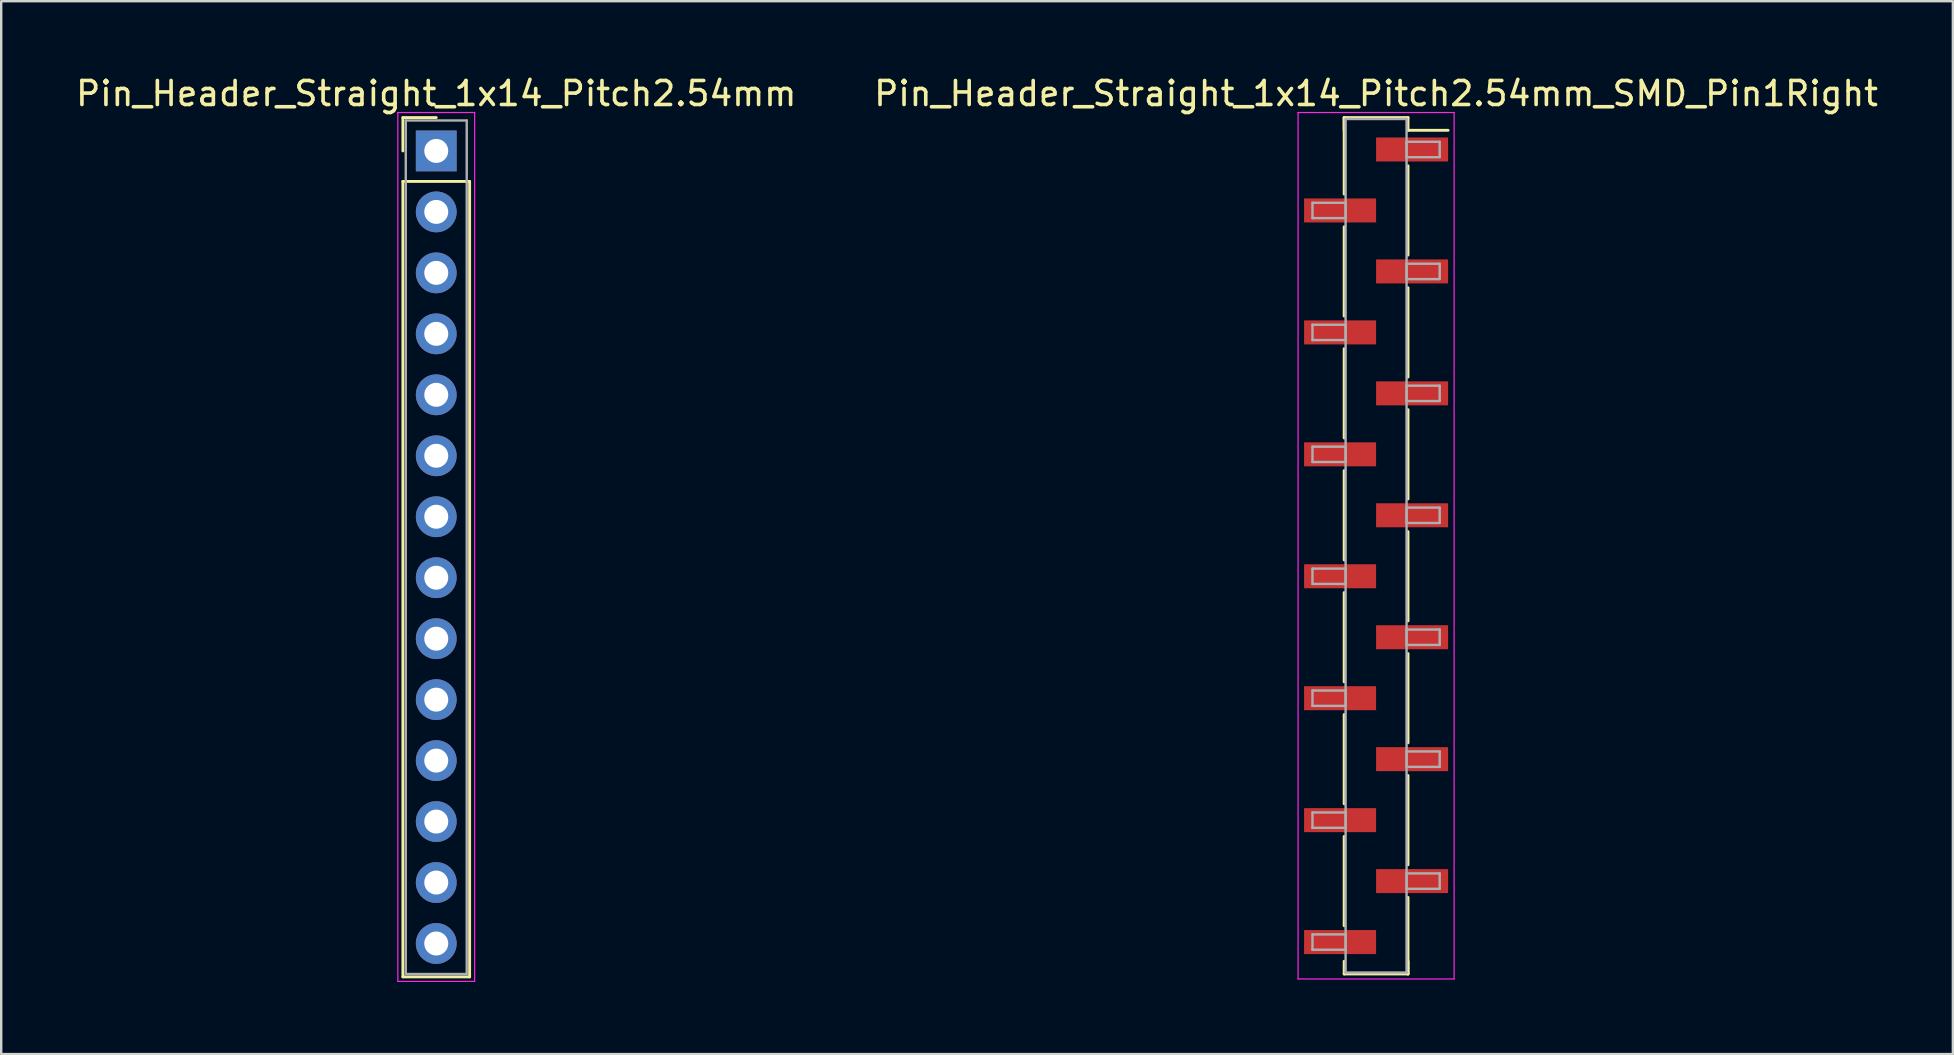
<source format=kicad_pcb>
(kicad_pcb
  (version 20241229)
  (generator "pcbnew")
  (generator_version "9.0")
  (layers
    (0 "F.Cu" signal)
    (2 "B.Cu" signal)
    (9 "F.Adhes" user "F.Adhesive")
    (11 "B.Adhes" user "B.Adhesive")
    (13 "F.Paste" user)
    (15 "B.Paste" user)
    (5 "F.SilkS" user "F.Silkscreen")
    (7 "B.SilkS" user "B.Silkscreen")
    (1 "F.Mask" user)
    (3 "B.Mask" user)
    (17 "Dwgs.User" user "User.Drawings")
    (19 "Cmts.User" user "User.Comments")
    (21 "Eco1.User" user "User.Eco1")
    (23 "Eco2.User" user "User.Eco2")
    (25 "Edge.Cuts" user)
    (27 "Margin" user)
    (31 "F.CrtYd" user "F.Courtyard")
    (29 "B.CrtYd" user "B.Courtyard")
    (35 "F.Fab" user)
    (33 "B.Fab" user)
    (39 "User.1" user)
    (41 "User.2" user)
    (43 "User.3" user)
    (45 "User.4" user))
  (footprint "Pin_Header_Straight_1x14_Pitch2.54mm_SMD_Pin1Right"
    (layer "F.Cu")
    (at 54.28 19.688)
    (property "Reference" "Pin_Header_Straight_1x14_Pitch2.54mm_SMD_Pin1Right" (at 0 -18.84 0) (layer "F.SilkS") (effects (font (size 1 1) (thickness 0.15))))
    (attr smd)
    (fp_line (start -1.33 -17.84) (end -1.33 -14.65) (stroke (width 0.12) (type solid)) (layer "F.SilkS"))
    (fp_line (start -1.33 -17.84) (end 1.33 -17.84) (stroke (width 0.12) (type solid)) (layer "F.SilkS"))
    (fp_line (start -1.33 -17.31) (end -1.33 -17.84) (stroke (width 0.12) (type solid)) (layer "F.SilkS"))
    (fp_line (start -1.33 -13.29) (end -1.33 -9.57) (stroke (width 0.12) (type solid)) (layer "F.SilkS"))
    (fp_line (start -1.33 -8.21) (end -1.33 -4.49) (stroke (width 0.12) (type solid)) (layer "F.SilkS"))
    (fp_line (start -1.33 -3.13) (end -1.33 0.59) (stroke (width 0.12) (type solid)) (layer "F.SilkS"))
    (fp_line (start -1.33 1.95) (end -1.33 5.67) (stroke (width 0.12) (type solid)) (layer "F.SilkS"))
    (fp_line (start -1.33 7.03) (end -1.33 10.75) (stroke (width 0.12) (type solid)) (layer "F.SilkS"))
    (fp_line (start -1.33 12.11) (end -1.33 15.83) (stroke (width 0.12) (type solid)) (layer "F.SilkS"))
    (fp_line (start -1.33 17.31) (end -1.33 17.84) (stroke (width 0.12) (type solid)) (layer "F.SilkS"))
    (fp_line (start -1.33 17.84) (end 1.33 17.84) (stroke (width 0.12) (type solid)) (layer "F.SilkS"))
    (fp_line (start 1.33 -17.84) (end 1.33 -17.31) (stroke (width 0.12) (type solid)) (layer "F.SilkS"))
    (fp_line (start 1.33 -17.31) (end 3 -17.31) (stroke (width 0.12) (type solid)) (layer "F.SilkS"))
    (fp_line (start 1.33 -15.83) (end 1.33 -12.11) (stroke (width 0.12) (type solid)) (layer "F.SilkS"))
    (fp_line (start 1.33 -10.75) (end 1.33 -7.03) (stroke (width 0.12) (type solid)) (layer "F.SilkS"))
    (fp_line (start 1.33 -5.67) (end 1.33 -1.95) (stroke (width 0.12) (type solid)) (layer "F.SilkS"))
    (fp_line (start 1.33 -0.59) (end 1.33 3.13) (stroke (width 0.12) (type solid)) (layer "F.SilkS"))
    (fp_line (start 1.33 4.49) (end 1.33 8.21) (stroke (width 0.12) (type solid)) (layer "F.SilkS"))
    (fp_line (start 1.33 9.57) (end 1.33 13.29) (stroke (width 0.12) (type solid)) (layer "F.SilkS"))
    (fp_line (start 1.33 14.65) (end 1.33 17.84) (stroke (width 0.12) (type solid)) (layer "F.SilkS"))
    (fp_line (start 1.33 17.84) (end 1.33 17.31) (stroke (width 0.12) (type solid)) (layer "F.SilkS"))
    (fp_line (start -3.25 -18.05) (end -3.25 18.05) (stroke (width 0.05) (type solid)) (layer "F.CrtYd"))
    (fp_line (start -3.25 18.05) (end 3.25 18.05) (stroke (width 0.05) (type solid)) (layer "F.CrtYd"))
    (fp_line (start 3.25 -18.05) (end -3.25 -18.05) (stroke (width 0.05) (type solid)) (layer "F.CrtYd"))
    (fp_line (start 3.25 18.05) (end 3.25 -18.05) (stroke (width 0.05) (type solid)) (layer "F.CrtYd"))
    (fp_line (start -2.65 -14.29) (end -1.27 -14.29) (stroke (width 0.1) (type solid)) (layer "F.Fab"))
    (fp_line (start -2.65 -13.65) (end -2.65 -14.29) (stroke (width 0.1) (type solid)) (layer "F.Fab"))
    (fp_line (start -2.65 -9.21) (end -1.27 -9.21) (stroke (width 0.1) (type solid)) (layer "F.Fab"))
    (fp_line (start -2.65 -8.57) (end -2.65 -9.21) (stroke (width 0.1) (type solid)) (layer "F.Fab"))
    (fp_line (start -2.65 -4.13) (end -1.27 -4.13) (stroke (width 0.1) (type solid)) (layer "F.Fab"))
    (fp_line (start -2.65 -3.49) (end -2.65 -4.13) (stroke (width 0.1) (type solid)) (layer "F.Fab"))
    (fp_line (start -2.65 0.95) (end -1.27 0.95) (stroke (width 0.1) (type solid)) (layer "F.Fab"))
    (fp_line (start -2.65 1.59) (end -2.65 0.95) (stroke (width 0.1) (type solid)) (layer "F.Fab"))
    (fp_line (start -2.65 6.03) (end -1.27 6.03) (stroke (width 0.1) (type solid)) (layer "F.Fab"))
    (fp_line (start -2.65 6.67) (end -2.65 6.03) (stroke (width 0.1) (type solid)) (layer "F.Fab"))
    (fp_line (start -2.65 11.11) (end -1.27 11.11) (stroke (width 0.1) (type solid)) (layer "F.Fab"))
    (fp_line (start -2.65 11.75) (end -2.65 11.11) (stroke (width 0.1) (type solid)) (layer "F.Fab"))
    (fp_line (start -2.65 16.19) (end -1.27 16.19) (stroke (width 0.1) (type solid)) (layer "F.Fab"))
    (fp_line (start -2.65 16.83) (end -2.65 16.19) (stroke (width 0.1) (type solid)) (layer "F.Fab"))
    (fp_line (start -1.27 -17.78) (end -1.27 17.78) (stroke (width 0.1) (type solid)) (layer "F.Fab"))
    (fp_line (start -1.27 -14.29) (end -1.27 -13.65) (stroke (width 0.1) (type solid)) (layer "F.Fab"))
    (fp_line (start -1.27 -13.65) (end -2.65 -13.65) (stroke (width 0.1) (type solid)) (layer "F.Fab"))
    (fp_line (start -1.27 -9.21) (end -1.27 -8.57) (stroke (width 0.1) (type solid)) (layer "F.Fab"))
    (fp_line (start -1.27 -8.57) (end -2.65 -8.57) (stroke (width 0.1) (type solid)) (layer "F.Fab"))
    (fp_line (start -1.27 -4.13) (end -1.27 -3.49) (stroke (width 0.1) (type solid)) (layer "F.Fab"))
    (fp_line (start -1.27 -3.49) (end -2.65 -3.49) (stroke (width 0.1) (type solid)) (layer "F.Fab"))
    (fp_line (start -1.27 0.95) (end -1.27 1.59) (stroke (width 0.1) (type solid)) (layer "F.Fab"))
    (fp_line (start -1.27 1.59) (end -2.65 1.59) (stroke (width 0.1) (type solid)) (layer "F.Fab"))
    (fp_line (start -1.27 6.03) (end -1.27 6.67) (stroke (width 0.1) (type solid)) (layer "F.Fab"))
    (fp_line (start -1.27 6.67) (end -2.65 6.67) (stroke (width 0.1) (type solid)) (layer "F.Fab"))
    (fp_line (start -1.27 11.11) (end -1.27 11.75) (stroke (width 0.1) (type solid)) (layer "F.Fab"))
    (fp_line (start -1.27 11.75) (end -2.65 11.75) (stroke (width 0.1) (type solid)) (layer "F.Fab"))
    (fp_line (start -1.27 16.19) (end -1.27 16.83) (stroke (width 0.1) (type solid)) (layer "F.Fab"))
    (fp_line (start -1.27 16.83) (end -2.65 16.83) (stroke (width 0.1) (type solid)) (layer "F.Fab"))
    (fp_line (start -1.27 17.78) (end 1.27 17.78) (stroke (width 0.1) (type solid)) (layer "F.Fab"))
    (fp_line (start 1.27 -17.78) (end -1.27 -17.78) (stroke (width 0.1) (type solid)) (layer "F.Fab"))
    (fp_line (start 1.27 -16.83) (end 1.27 -16.19) (stroke (width 0.1) (type solid)) (layer "F.Fab"))
    (fp_line (start 1.27 -16.19) (end 2.65 -16.19) (stroke (width 0.1) (type solid)) (layer "F.Fab"))
    (fp_line (start 1.27 -11.75) (end 1.27 -11.11) (stroke (width 0.1) (type solid)) (layer "F.Fab"))
    (fp_line (start 1.27 -11.11) (end 2.65 -11.11) (stroke (width 0.1) (type solid)) (layer "F.Fab"))
    (fp_line (start 1.27 -6.67) (end 1.27 -6.03) (stroke (width 0.1) (type solid)) (layer "F.Fab"))
    (fp_line (start 1.27 -6.03) (end 2.65 -6.03) (stroke (width 0.1) (type solid)) (layer "F.Fab"))
    (fp_line (start 1.27 -1.59) (end 1.27 -0.95) (stroke (width 0.1) (type solid)) (layer "F.Fab"))
    (fp_line (start 1.27 -0.95) (end 2.65 -0.95) (stroke (width 0.1) (type solid)) (layer "F.Fab"))
    (fp_line (start 1.27 3.49) (end 1.27 4.13) (stroke (width 0.1) (type solid)) (layer "F.Fab"))
    (fp_line (start 1.27 4.13) (end 2.65 4.13) (stroke (width 0.1) (type solid)) (layer "F.Fab"))
    (fp_line (start 1.27 8.57) (end 1.27 9.21) (stroke (width 0.1) (type solid)) (layer "F.Fab"))
    (fp_line (start 1.27 9.21) (end 2.65 9.21) (stroke (width 0.1) (type solid)) (layer "F.Fab"))
    (fp_line (start 1.27 13.65) (end 1.27 14.29) (stroke (width 0.1) (type solid)) (layer "F.Fab"))
    (fp_line (start 1.27 14.29) (end 2.65 14.29) (stroke (width 0.1) (type solid)) (layer "F.Fab"))
    (fp_line (start 1.27 17.78) (end 1.27 -17.78) (stroke (width 0.1) (type solid)) (layer "F.Fab"))
    (fp_line (start 2.65 -16.83) (end 1.27 -16.83) (stroke (width 0.1) (type solid)) (layer "F.Fab"))
    (fp_line (start 2.65 -16.19) (end 2.65 -16.83) (stroke (width 0.1) (type solid)) (layer "F.Fab"))
    (fp_line (start 2.65 -11.75) (end 1.27 -11.75) (stroke (width 0.1) (type solid)) (layer "F.Fab"))
    (fp_line (start 2.65 -11.11) (end 2.65 -11.75) (stroke (width 0.1) (type solid)) (layer "F.Fab"))
    (fp_line (start 2.65 -6.67) (end 1.27 -6.67) (stroke (width 0.1) (type solid)) (layer "F.Fab"))
    (fp_line (start 2.65 -6.03) (end 2.65 -6.67) (stroke (width 0.1) (type solid)) (layer "F.Fab"))
    (fp_line (start 2.65 -1.59) (end 1.27 -1.59) (stroke (width 0.1) (type solid)) (layer "F.Fab"))
    (fp_line (start 2.65 -0.95) (end 2.65 -1.59) (stroke (width 0.1) (type solid)) (layer "F.Fab"))
    (fp_line (start 2.65 3.49) (end 1.27 3.49) (stroke (width 0.1) (type solid)) (layer "F.Fab"))
    (fp_line (start 2.65 4.13) (end 2.65 3.49) (stroke (width 0.1) (type solid)) (layer "F.Fab"))
    (fp_line (start 2.65 8.57) (end 1.27 8.57) (stroke (width 0.1) (type solid)) (layer "F.Fab"))
    (fp_line (start 2.65 9.21) (end 2.65 8.57) (stroke (width 0.1) (type solid)) (layer "F.Fab"))
    (fp_line (start 2.65 13.65) (end 1.27 13.65) (stroke (width 0.1) (type solid)) (layer "F.Fab"))
    (fp_line (start 2.65 14.29) (end 2.65 13.65) (stroke (width 0.1) (type solid)) (layer "F.Fab"))
    (pad "1" smd rect (at 1.5 -16.51) (size 3 1) (layers "F.Cu" "F.Mask"))
    (pad "2" smd rect (at -1.5 -13.97) (size 3 1) (layers "F.Cu" "F.Mask"))
    (pad "3" smd rect (at 1.5 -11.43) (size 3 1) (layers "F.Cu" "F.Mask"))
    (pad "4" smd rect (at -1.5 -8.89) (size 3 1) (layers "F.Cu" "F.Mask"))
    (pad "5" smd rect (at 1.5 -6.35) (size 3 1) (layers "F.Cu" "F.Mask"))
    (pad "6" smd rect (at -1.5 -3.81) (size 3 1) (layers "F.Cu" "F.Mask"))
    (pad "7" smd rect (at 1.5 -1.27) (size 3 1) (layers "F.Cu" "F.Mask"))
    (pad "8" smd rect (at -1.5 1.27) (size 3 1) (layers "F.Cu" "F.Mask"))
    (pad "9" smd rect (at 1.5 3.81) (size 3 1) (layers "F.Cu" "F.Mask"))
    (pad "10" smd rect (at -1.5 6.35) (size 3 1) (layers "F.Cu" "F.Mask"))
    (pad "11" smd rect (at 1.5 8.89) (size 3 1) (layers "F.Cu" "F.Mask"))
    (pad "12" smd rect (at -1.5 11.43) (size 3 1) (layers "F.Cu" "F.Mask"))
    (pad "13" smd rect (at 1.5 13.97) (size 3 1) (layers "F.Cu" "F.Mask"))
    (pad "14" smd rect (at -1.5 16.51) (size 3 1) (layers "F.Cu" "F.Mask")))
  (footprint "Pin_Header_Straight_1x14_Pitch2.54mm"
    (layer "F.Cu")
    (at 15.125 3.238)
    (property "Reference" "Pin_Header_Straight_1x14_Pitch2.54mm" (at 0 -2.39 0) (layer "F.SilkS") (effects (font (size 1 1) (thickness 0.15))))
    (attr through_hole)
    (fp_line (start -1.39 -1.39) (end 0 -1.39) (stroke (width 0.12) (type solid)) (layer "F.SilkS"))
    (fp_line (start -1.39 0) (end -1.39 -1.39) (stroke (width 0.12) (type solid)) (layer "F.SilkS"))
    (fp_line (start -1.39 1.27) (end -1.39 34.41) (stroke (width 0.12) (type solid)) (layer "F.SilkS"))
    (fp_line (start -1.39 34.41) (end 1.39 34.41) (stroke (width 0.12) (type solid)) (layer "F.SilkS"))
    (fp_line (start 1.39 1.27) (end -1.39 1.27) (stroke (width 0.12) (type solid)) (layer "F.SilkS"))
    (fp_line (start 1.39 34.41) (end 1.39 1.27) (stroke (width 0.12) (type solid)) (layer "F.SilkS"))
    (fp_line (start -1.6 -1.6) (end -1.6 34.6) (stroke (width 0.05) (type solid)) (layer "F.CrtYd"))
    (fp_line (start -1.6 34.6) (end 1.6 34.6) (stroke (width 0.05) (type solid)) (layer "F.CrtYd"))
    (fp_line (start 1.6 -1.6) (end -1.6 -1.6) (stroke (width 0.05) (type solid)) (layer "F.CrtYd"))
    (fp_line (start 1.6 34.6) (end 1.6 -1.6) (stroke (width 0.05) (type solid)) (layer "F.CrtYd"))
    (fp_line (start -1.27 -1.27) (end -1.27 34.29) (stroke (width 0.1) (type solid)) (layer "F.Fab"))
    (fp_line (start -1.27 34.29) (end 1.27 34.29) (stroke (width 0.1) (type solid)) (layer "F.Fab"))
    (fp_line (start 1.27 -1.27) (end -1.27 -1.27) (stroke (width 0.1) (type solid)) (layer "F.Fab"))
    (fp_line (start 1.27 34.29) (end 1.27 -1.27) (stroke (width 0.1) (type solid)) (layer "F.Fab"))
    (pad "1" thru_hole rect (at 0 0) (size 1.7 1.7) (drill 1) (layers "*.Cu" "*.Mask"))
    (pad "2" thru_hole oval (at 0 2.54) (size 1.7 1.7) (drill 1) (layers "*.Cu" "*.Mask"))
    (pad "3" thru_hole oval (at 0 5.08) (size 1.7 1.7) (drill 1) (layers "*.Cu" "*.Mask"))
    (pad "4" thru_hole oval (at 0 7.62) (size 1.7 1.7) (drill 1) (layers "*.Cu" "*.Mask"))
    (pad "5" thru_hole oval (at 0 10.16) (size 1.7 1.7) (drill 1) (layers "*.Cu" "*.Mask"))
    (pad "6" thru_hole oval (at 0 12.7) (size 1.7 1.7) (drill 1) (layers "*.Cu" "*.Mask"))
    (pad "7" thru_hole oval (at 0 15.24) (size 1.7 1.7) (drill 1) (layers "*.Cu" "*.Mask"))
    (pad "8" thru_hole oval (at 0 17.78) (size 1.7 1.7) (drill 1) (layers "*.Cu" "*.Mask"))
    (pad "9" thru_hole oval (at 0 20.32) (size 1.7 1.7) (drill 1) (layers "*.Cu" "*.Mask"))
    (pad "10" thru_hole oval (at 0 22.86) (size 1.7 1.7) (drill 1) (layers "*.Cu" "*.Mask"))
    (pad "11" thru_hole oval (at 0 25.4) (size 1.7 1.7) (drill 1) (layers "*.Cu" "*.Mask"))
    (pad "12" thru_hole oval (at 0 27.94) (size 1.7 1.7) (drill 1) (layers "*.Cu" "*.Mask"))
    (pad "13" thru_hole oval (at 0 30.48) (size 1.7 1.7) (drill 1) (layers "*.Cu" "*.Mask"))
    (pad "14" thru_hole oval (at 0 33.02) (size 1.7 1.7) (drill 1) (layers "*.Cu" "*.Mask")))
  (gr_rect
    (start -3 -3)
    (end 78.31 40.863)
    (stroke (width 0.1) (type default))
    (fill no)
    (layer "Edge.Cuts")))
</source>
